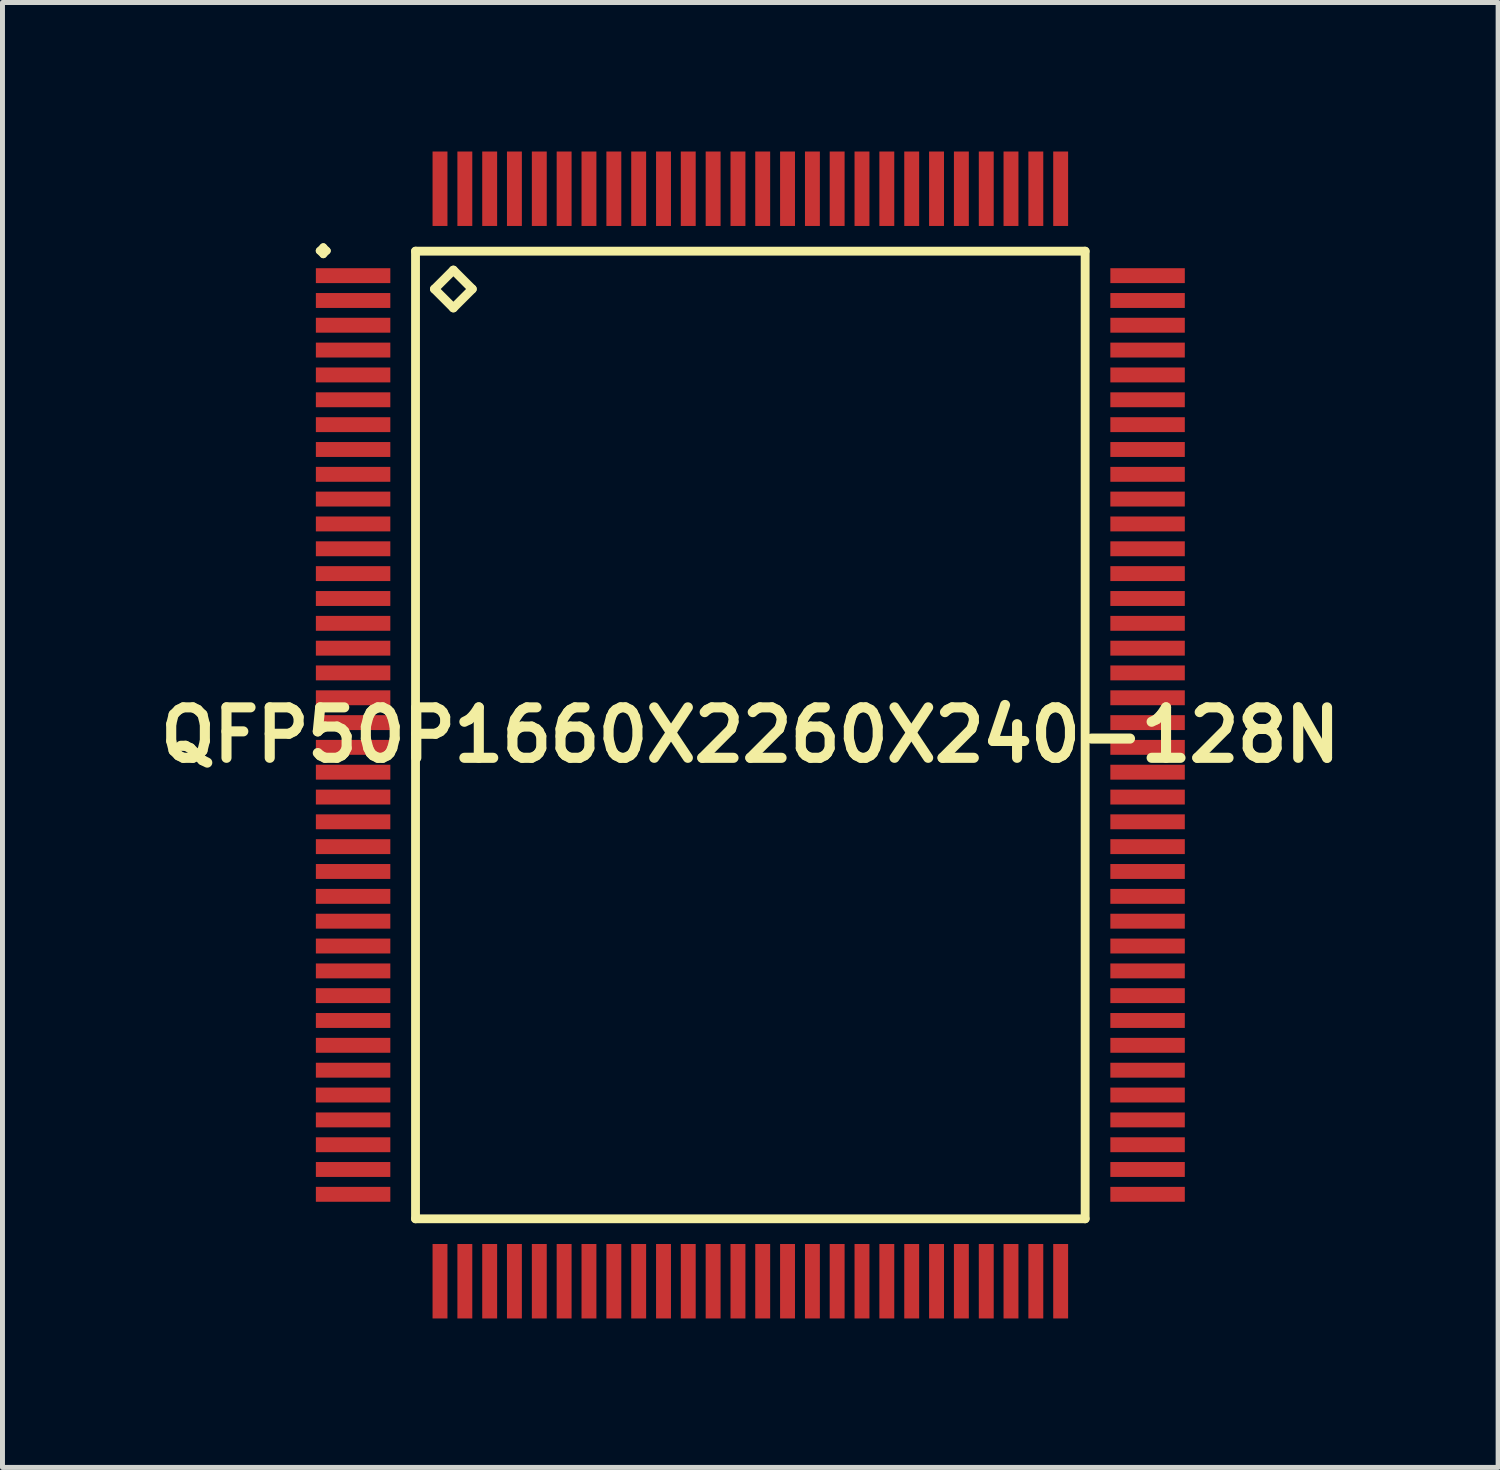
<source format=kicad_pcb>
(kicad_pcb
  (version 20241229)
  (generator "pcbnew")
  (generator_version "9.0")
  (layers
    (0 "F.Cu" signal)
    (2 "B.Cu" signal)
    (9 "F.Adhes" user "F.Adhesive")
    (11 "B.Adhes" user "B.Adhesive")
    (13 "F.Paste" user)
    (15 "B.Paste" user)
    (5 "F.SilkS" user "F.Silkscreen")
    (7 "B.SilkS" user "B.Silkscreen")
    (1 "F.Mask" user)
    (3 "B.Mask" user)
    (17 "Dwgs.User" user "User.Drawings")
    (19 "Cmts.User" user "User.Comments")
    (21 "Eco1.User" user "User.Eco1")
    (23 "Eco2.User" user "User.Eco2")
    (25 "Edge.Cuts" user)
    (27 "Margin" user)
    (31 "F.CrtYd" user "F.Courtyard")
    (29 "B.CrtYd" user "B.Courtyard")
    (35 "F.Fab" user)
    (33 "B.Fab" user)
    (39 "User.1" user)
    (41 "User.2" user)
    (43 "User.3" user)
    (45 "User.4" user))
  (footprint "QFP50P1660X2260X240-128N"
    (layer "F.Cu")
    (at 12.057 11.748)
    (property "Reference" "QFP50P1660X2260X240-128N" (at 0 0 0) (layer "F.SilkS") (effects (font (size 1.016 1.016) (thickness 0.203))))
    (attr smd)
    (fp_line (start -8.674 -9.749) (end -8.598 -9.825) (stroke (width 0.15) (type solid)) (layer "F.SilkS"))
    (fp_line (start -8.598 -9.825) (end -8.524 -9.749) (stroke (width 0.15) (type solid)) (layer "F.SilkS"))
    (fp_line (start -8.598 -9.675) (end -8.674 -9.749) (stroke (width 0.15) (type solid)) (layer "F.SilkS"))
    (fp_line (start -8.524 -9.749) (end -8.598 -9.675) (stroke (width 0.15) (type solid)) (layer "F.SilkS"))
    (fp_line (start -6.741 -9.741) (end -6.741 9.741) (stroke (width 0.178) (type solid)) (layer "F.SilkS"))
    (fp_line (start -6.741 9.741) (end 6.741 9.741) (stroke (width 0.178) (type solid)) (layer "F.SilkS"))
    (fp_line (start -6.36 -8.979) (end -5.979 -9.36) (stroke (width 0.178) (type solid)) (layer "F.SilkS"))
    (fp_line (start -5.979 -9.36) (end -5.598 -8.979) (stroke (width 0.178) (type solid)) (layer "F.SilkS"))
    (fp_line (start -5.979 -8.598) (end -6.36 -8.979) (stroke (width 0.178) (type solid)) (layer "F.SilkS"))
    (fp_line (start -5.598 -8.979) (end -5.979 -8.598) (stroke (width 0.178) (type solid)) (layer "F.SilkS"))
    (fp_line (start 6.741 -9.741) (end -6.741 -9.741) (stroke (width 0.178) (type solid)) (layer "F.SilkS"))
    (fp_line (start 6.741 9.741) (end 6.741 -9.741) (stroke (width 0.178) (type solid)) (layer "F.SilkS"))
    (pad "1" smd rect (at -7.998 -9.248) (size 1.499 0.3) (layers "F.Cu" "F.Mask" "F.Paste"))
    (pad "2" smd rect (at -7.998 -8.748) (size 1.499 0.3) (layers "F.Cu" "F.Mask" "F.Paste"))
    (pad "3" smd rect (at -7.998 -8.25) (size 1.499 0.3) (layers "F.Cu" "F.Mask" "F.Paste"))
    (pad "4" smd rect (at -7.998 -7.75) (size 1.499 0.3) (layers "F.Cu" "F.Mask" "F.Paste"))
    (pad "5" smd rect (at -7.998 -7.249) (size 1.499 0.3) (layers "F.Cu" "F.Mask" "F.Paste"))
    (pad "6" smd rect (at -7.998 -6.749) (size 1.499 0.3) (layers "F.Cu" "F.Mask" "F.Paste"))
    (pad "7" smd rect (at -7.998 -6.248) (size 1.499 0.3) (layers "F.Cu" "F.Mask" "F.Paste"))
    (pad "8" smd rect (at -7.998 -5.748) (size 1.499 0.3) (layers "F.Cu" "F.Mask" "F.Paste"))
    (pad "9" smd rect (at -7.998 -5.248) (size 1.499 0.3) (layers "F.Cu" "F.Mask" "F.Paste"))
    (pad "10" smd rect (at -7.998 -4.75) (size 1.499 0.3) (layers "F.Cu" "F.Mask" "F.Paste"))
    (pad "11" smd rect (at -7.998 -4.249) (size 1.499 0.3) (layers "F.Cu" "F.Mask" "F.Paste"))
    (pad "12" smd rect (at -7.998 -3.749) (size 1.499 0.3) (layers "F.Cu" "F.Mask" "F.Paste"))
    (pad "13" smd rect (at -7.998 -3.249) (size 1.499 0.3) (layers "F.Cu" "F.Mask" "F.Paste"))
    (pad "14" smd rect (at -7.998 -2.748) (size 1.499 0.3) (layers "F.Cu" "F.Mask" "F.Paste"))
    (pad "15" smd rect (at -7.998 -2.248) (size 1.499 0.3) (layers "F.Cu" "F.Mask" "F.Paste"))
    (pad "16" smd rect (at -7.998 -1.748) (size 1.499 0.3) (layers "F.Cu" "F.Mask" "F.Paste"))
    (pad "17" smd rect (at -7.998 -1.25) (size 1.499 0.3) (layers "F.Cu" "F.Mask" "F.Paste"))
    (pad "18" smd rect (at -7.998 -0.749) (size 1.499 0.3) (layers "F.Cu" "F.Mask" "F.Paste"))
    (pad "19" smd rect (at -7.998 -0.249) (size 1.499 0.3) (layers "F.Cu" "F.Mask" "F.Paste"))
    (pad "20" smd rect (at -7.998 0.249) (size 1.499 0.3) (layers "F.Cu" "F.Mask" "F.Paste"))
    (pad "21" smd rect (at -7.998 0.749) (size 1.499 0.3) (layers "F.Cu" "F.Mask" "F.Paste"))
    (pad "22" smd rect (at -7.998 1.25) (size 1.499 0.3) (layers "F.Cu" "F.Mask" "F.Paste"))
    (pad "23" smd rect (at -7.998 1.748) (size 1.499 0.3) (layers "F.Cu" "F.Mask" "F.Paste"))
    (pad "24" smd rect (at -7.998 2.248) (size 1.499 0.3) (layers "F.Cu" "F.Mask" "F.Paste"))
    (pad "25" smd rect (at -7.998 2.748) (size 1.499 0.3) (layers "F.Cu" "F.Mask" "F.Paste"))
    (pad "26" smd rect (at -7.998 3.249) (size 1.499 0.3) (layers "F.Cu" "F.Mask" "F.Paste"))
    (pad "27" smd rect (at -7.998 3.749) (size 1.499 0.3) (layers "F.Cu" "F.Mask" "F.Paste"))
    (pad "28" smd rect (at -7.998 4.249) (size 1.499 0.3) (layers "F.Cu" "F.Mask" "F.Paste"))
    (pad "29" smd rect (at -7.998 4.75) (size 1.499 0.3) (layers "F.Cu" "F.Mask" "F.Paste"))
    (pad "30" smd rect (at -7.998 5.248) (size 1.499 0.3) (layers "F.Cu" "F.Mask" "F.Paste"))
    (pad "31" smd rect (at -7.998 5.748) (size 1.499 0.3) (layers "F.Cu" "F.Mask" "F.Paste"))
    (pad "32" smd rect (at -7.998 6.248) (size 1.499 0.3) (layers "F.Cu" "F.Mask" "F.Paste"))
    (pad "33" smd rect (at -7.998 6.749) (size 1.499 0.3) (layers "F.Cu" "F.Mask" "F.Paste"))
    (pad "34" smd rect (at -7.998 7.249) (size 1.499 0.3) (layers "F.Cu" "F.Mask" "F.Paste"))
    (pad "35" smd rect (at -7.998 7.75) (size 1.499 0.3) (layers "F.Cu" "F.Mask" "F.Paste"))
    (pad "36" smd rect (at -7.998 8.25) (size 1.499 0.3) (layers "F.Cu" "F.Mask" "F.Paste"))
    (pad "37" smd rect (at -7.998 8.748) (size 1.499 0.3) (layers "F.Cu" "F.Mask" "F.Paste"))
    (pad "38" smd rect (at -7.998 9.248) (size 1.499 0.3) (layers "F.Cu" "F.Mask" "F.Paste"))
    (pad "39" smd rect (at -6.248 10.998) (size 0.3 1.499) (layers "F.Cu" "F.Mask" "F.Paste"))
    (pad "40" smd rect (at -5.748 10.998) (size 0.3 1.499) (layers "F.Cu" "F.Mask" "F.Paste"))
    (pad "41" smd rect (at -5.248 10.998) (size 0.3 1.499) (layers "F.Cu" "F.Mask" "F.Paste"))
    (pad "42" smd rect (at -4.75 10.998) (size 0.3 1.499) (layers "F.Cu" "F.Mask" "F.Paste"))
    (pad "43" smd rect (at -4.249 10.998) (size 0.3 1.499) (layers "F.Cu" "F.Mask" "F.Paste"))
    (pad "44" smd rect (at -3.749 10.998) (size 0.3 1.499) (layers "F.Cu" "F.Mask" "F.Paste"))
    (pad "45" smd rect (at -3.249 10.998) (size 0.3 1.499) (layers "F.Cu" "F.Mask" "F.Paste"))
    (pad "46" smd rect (at -2.748 10.998) (size 0.3 1.499) (layers "F.Cu" "F.Mask" "F.Paste"))
    (pad "47" smd rect (at -2.248 10.998) (size 0.3 1.499) (layers "F.Cu" "F.Mask" "F.Paste"))
    (pad "48" smd rect (at -1.748 10.998) (size 0.3 1.499) (layers "F.Cu" "F.Mask" "F.Paste"))
    (pad "49" smd rect (at -1.25 10.998) (size 0.3 1.499) (layers "F.Cu" "F.Mask" "F.Paste"))
    (pad "50" smd rect (at -0.749 10.998) (size 0.3 1.499) (layers "F.Cu" "F.Mask" "F.Paste"))
    (pad "51" smd rect (at -0.249 10.998) (size 0.3 1.499) (layers "F.Cu" "F.Mask" "F.Paste"))
    (pad "52" smd rect (at 0.249 10.998) (size 0.3 1.499) (layers "F.Cu" "F.Mask" "F.Paste"))
    (pad "53" smd rect (at 0.749 10.998) (size 0.3 1.499) (layers "F.Cu" "F.Mask" "F.Paste"))
    (pad "54" smd rect (at 1.25 10.998) (size 0.3 1.499) (layers "F.Cu" "F.Mask" "F.Paste"))
    (pad "55" smd rect (at 1.748 10.998) (size 0.3 1.499) (layers "F.Cu" "F.Mask" "F.Paste"))
    (pad "56" smd rect (at 2.248 10.998) (size 0.3 1.499) (layers "F.Cu" "F.Mask" "F.Paste"))
    (pad "57" smd rect (at 2.748 10.998) (size 0.3 1.499) (layers "F.Cu" "F.Mask" "F.Paste"))
    (pad "58" smd rect (at 3.249 10.998) (size 0.3 1.499) (layers "F.Cu" "F.Mask" "F.Paste"))
    (pad "59" smd rect (at 3.749 10.998) (size 0.3 1.499) (layers "F.Cu" "F.Mask" "F.Paste"))
    (pad "60" smd rect (at 4.249 10.998) (size 0.3 1.499) (layers "F.Cu" "F.Mask" "F.Paste"))
    (pad "61" smd rect (at 4.75 10.998) (size 0.3 1.499) (layers "F.Cu" "F.Mask" "F.Paste"))
    (pad "62" smd rect (at 5.248 10.998) (size 0.3 1.499) (layers "F.Cu" "F.Mask" "F.Paste"))
    (pad "63" smd rect (at 5.748 10.998) (size 0.3 1.499) (layers "F.Cu" "F.Mask" "F.Paste"))
    (pad "64" smd rect (at 6.248 10.998) (size 0.3 1.499) (layers "F.Cu" "F.Mask" "F.Paste"))
    (pad "65" smd rect (at 7.998 9.248) (size 1.499 0.3) (layers "F.Cu" "F.Mask" "F.Paste"))
    (pad "66" smd rect (at 7.998 8.748) (size 1.499 0.3) (layers "F.Cu" "F.Mask" "F.Paste"))
    (pad "67" smd rect (at 7.998 8.25) (size 1.499 0.3) (layers "F.Cu" "F.Mask" "F.Paste"))
    (pad "68" smd rect (at 7.998 7.75) (size 1.499 0.3) (layers "F.Cu" "F.Mask" "F.Paste"))
    (pad "69" smd rect (at 7.998 7.249) (size 1.499 0.3) (layers "F.Cu" "F.Mask" "F.Paste"))
    (pad "70" smd rect (at 7.998 6.749) (size 1.499 0.3) (layers "F.Cu" "F.Mask" "F.Paste"))
    (pad "71" smd rect (at 7.998 6.248) (size 1.499 0.3) (layers "F.Cu" "F.Mask" "F.Paste"))
    (pad "72" smd rect (at 7.998 5.748) (size 1.499 0.3) (layers "F.Cu" "F.Mask" "F.Paste"))
    (pad "73" smd rect (at 7.998 5.248) (size 1.499 0.3) (layers "F.Cu" "F.Mask" "F.Paste"))
    (pad "74" smd rect (at 7.998 4.75) (size 1.499 0.3) (layers "F.Cu" "F.Mask" "F.Paste"))
    (pad "75" smd rect (at 7.998 4.249) (size 1.499 0.3) (layers "F.Cu" "F.Mask" "F.Paste"))
    (pad "76" smd rect (at 7.998 3.749) (size 1.499 0.3) (layers "F.Cu" "F.Mask" "F.Paste"))
    (pad "77" smd rect (at 7.998 3.249) (size 1.499 0.3) (layers "F.Cu" "F.Mask" "F.Paste"))
    (pad "78" smd rect (at 7.998 2.748) (size 1.499 0.3) (layers "F.Cu" "F.Mask" "F.Paste"))
    (pad "79" smd rect (at 7.998 2.248) (size 1.499 0.3) (layers "F.Cu" "F.Mask" "F.Paste"))
    (pad "80" smd rect (at 7.998 1.748) (size 1.499 0.3) (layers "F.Cu" "F.Mask" "F.Paste"))
    (pad "81" smd rect (at 7.998 1.25) (size 1.499 0.3) (layers "F.Cu" "F.Mask" "F.Paste"))
    (pad "82" smd rect (at 7.998 0.749) (size 1.499 0.3) (layers "F.Cu" "F.Mask" "F.Paste"))
    (pad "83" smd rect (at 7.998 0.249) (size 1.499 0.3) (layers "F.Cu" "F.Mask" "F.Paste"))
    (pad "84" smd rect (at 7.998 -0.249) (size 1.499 0.3) (layers "F.Cu" "F.Mask" "F.Paste"))
    (pad "85" smd rect (at 7.998 -0.749) (size 1.499 0.3) (layers "F.Cu" "F.Mask" "F.Paste"))
    (pad "86" smd rect (at 7.998 -1.25) (size 1.499 0.3) (layers "F.Cu" "F.Mask" "F.Paste"))
    (pad "87" smd rect (at 7.998 -1.748) (size 1.499 0.3) (layers "F.Cu" "F.Mask" "F.Paste"))
    (pad "88" smd rect (at 7.998 -2.248) (size 1.499 0.3) (layers "F.Cu" "F.Mask" "F.Paste"))
    (pad "89" smd rect (at 7.998 -2.748) (size 1.499 0.3) (layers "F.Cu" "F.Mask" "F.Paste"))
    (pad "90" smd rect (at 7.998 -3.249) (size 1.499 0.3) (layers "F.Cu" "F.Mask" "F.Paste"))
    (pad "91" smd rect (at 7.998 -3.749) (size 1.499 0.3) (layers "F.Cu" "F.Mask" "F.Paste"))
    (pad "92" smd rect (at 7.998 -4.249) (size 1.499 0.3) (layers "F.Cu" "F.Mask" "F.Paste"))
    (pad "93" smd rect (at 7.998 -4.75) (size 1.499 0.3) (layers "F.Cu" "F.Mask" "F.Paste"))
    (pad "94" smd rect (at 7.998 -5.248) (size 1.499 0.3) (layers "F.Cu" "F.Mask" "F.Paste"))
    (pad "95" smd rect (at 7.998 -5.748) (size 1.499 0.3) (layers "F.Cu" "F.Mask" "F.Paste"))
    (pad "96" smd rect (at 7.998 -6.248) (size 1.499 0.3) (layers "F.Cu" "F.Mask" "F.Paste"))
    (pad "97" smd rect (at 7.998 -6.749) (size 1.499 0.3) (layers "F.Cu" "F.Mask" "F.Paste"))
    (pad "98" smd rect (at 7.998 -7.249) (size 1.499 0.3) (layers "F.Cu" "F.Mask" "F.Paste"))
    (pad "99" smd rect (at 7.998 -7.75) (size 1.499 0.3) (layers "F.Cu" "F.Mask" "F.Paste"))
    (pad "100" smd rect (at 7.998 -8.25) (size 1.499 0.3) (layers "F.Cu" "F.Mask" "F.Paste"))
    (pad "101" smd rect (at 7.998 -8.748) (size 1.499 0.3) (layers "F.Cu" "F.Mask" "F.Paste"))
    (pad "102" smd rect (at 7.998 -9.248) (size 1.499 0.3) (layers "F.Cu" "F.Mask" "F.Paste"))
    (pad "103" smd rect (at 6.248 -10.998) (size 0.3 1.499) (layers "F.Cu" "F.Mask" "F.Paste"))
    (pad "104" smd rect (at 5.748 -10.998) (size 0.3 1.499) (layers "F.Cu" "F.Mask" "F.Paste"))
    (pad "105" smd rect (at 5.248 -10.998) (size 0.3 1.499) (layers "F.Cu" "F.Mask" "F.Paste"))
    (pad "106" smd rect (at 4.75 -10.998) (size 0.3 1.499) (layers "F.Cu" "F.Mask" "F.Paste"))
    (pad "107" smd rect (at 4.249 -10.998) (size 0.3 1.499) (layers "F.Cu" "F.Mask" "F.Paste"))
    (pad "108" smd rect (at 3.749 -10.998) (size 0.3 1.499) (layers "F.Cu" "F.Mask" "F.Paste"))
    (pad "109" smd rect (at 3.249 -10.998) (size 0.3 1.499) (layers "F.Cu" "F.Mask" "F.Paste"))
    (pad "110" smd rect (at 2.748 -10.998) (size 0.3 1.499) (layers "F.Cu" "F.Mask" "F.Paste"))
    (pad "111" smd rect (at 2.248 -10.998) (size 0.3 1.499) (layers "F.Cu" "F.Mask" "F.Paste"))
    (pad "112" smd rect (at 1.748 -10.998) (size 0.3 1.499) (layers "F.Cu" "F.Mask" "F.Paste"))
    (pad "113" smd rect (at 1.25 -10.998) (size 0.3 1.499) (layers "F.Cu" "F.Mask" "F.Paste"))
    (pad "114" smd rect (at 0.749 -10.998) (size 0.3 1.499) (layers "F.Cu" "F.Mask" "F.Paste"))
    (pad "115" smd rect (at 0.249 -10.998) (size 0.3 1.499) (layers "F.Cu" "F.Mask" "F.Paste"))
    (pad "116" smd rect (at -0.249 -10.998) (size 0.3 1.499) (layers "F.Cu" "F.Mask" "F.Paste"))
    (pad "117" smd rect (at -0.749 -10.998) (size 0.3 1.499) (layers "F.Cu" "F.Mask" "F.Paste"))
    (pad "118" smd rect (at -1.25 -10.998) (size 0.3 1.499) (layers "F.Cu" "F.Mask" "F.Paste"))
    (pad "119" smd rect (at -1.748 -10.998) (size 0.3 1.499) (layers "F.Cu" "F.Mask" "F.Paste"))
    (pad "120" smd rect (at -2.248 -10.998) (size 0.3 1.499) (layers "F.Cu" "F.Mask" "F.Paste"))
    (pad "121" smd rect (at -2.748 -10.998) (size 0.3 1.499) (layers "F.Cu" "F.Mask" "F.Paste"))
    (pad "122" smd rect (at -3.249 -10.998) (size 0.3 1.499) (layers "F.Cu" "F.Mask" "F.Paste"))
    (pad "123" smd rect (at -3.749 -10.998) (size 0.3 1.499) (layers "F.Cu" "F.Mask" "F.Paste"))
    (pad "124" smd rect (at -4.249 -10.998) (size 0.3 1.499) (layers "F.Cu" "F.Mask" "F.Paste"))
    (pad "125" smd rect (at -4.75 -10.998) (size 0.3 1.499) (layers "F.Cu" "F.Mask" "F.Paste"))
    (pad "126" smd rect (at -5.248 -10.998) (size 0.3 1.499) (layers "F.Cu" "F.Mask" "F.Paste"))
    (pad "127" smd rect (at -5.748 -10.998) (size 0.3 1.499) (layers "F.Cu" "F.Mask" "F.Paste"))
    (pad "128" smd rect (at -6.248 -10.998) (size 0.3 1.499) (layers "F.Cu" "F.Mask" "F.Paste")))
  (gr_rect
    (start -3 -3)
    (end 27.113 26.495)
    (stroke (width 0.1) (type default))
    (fill no)
    (layer "Edge.Cuts")))
</source>
